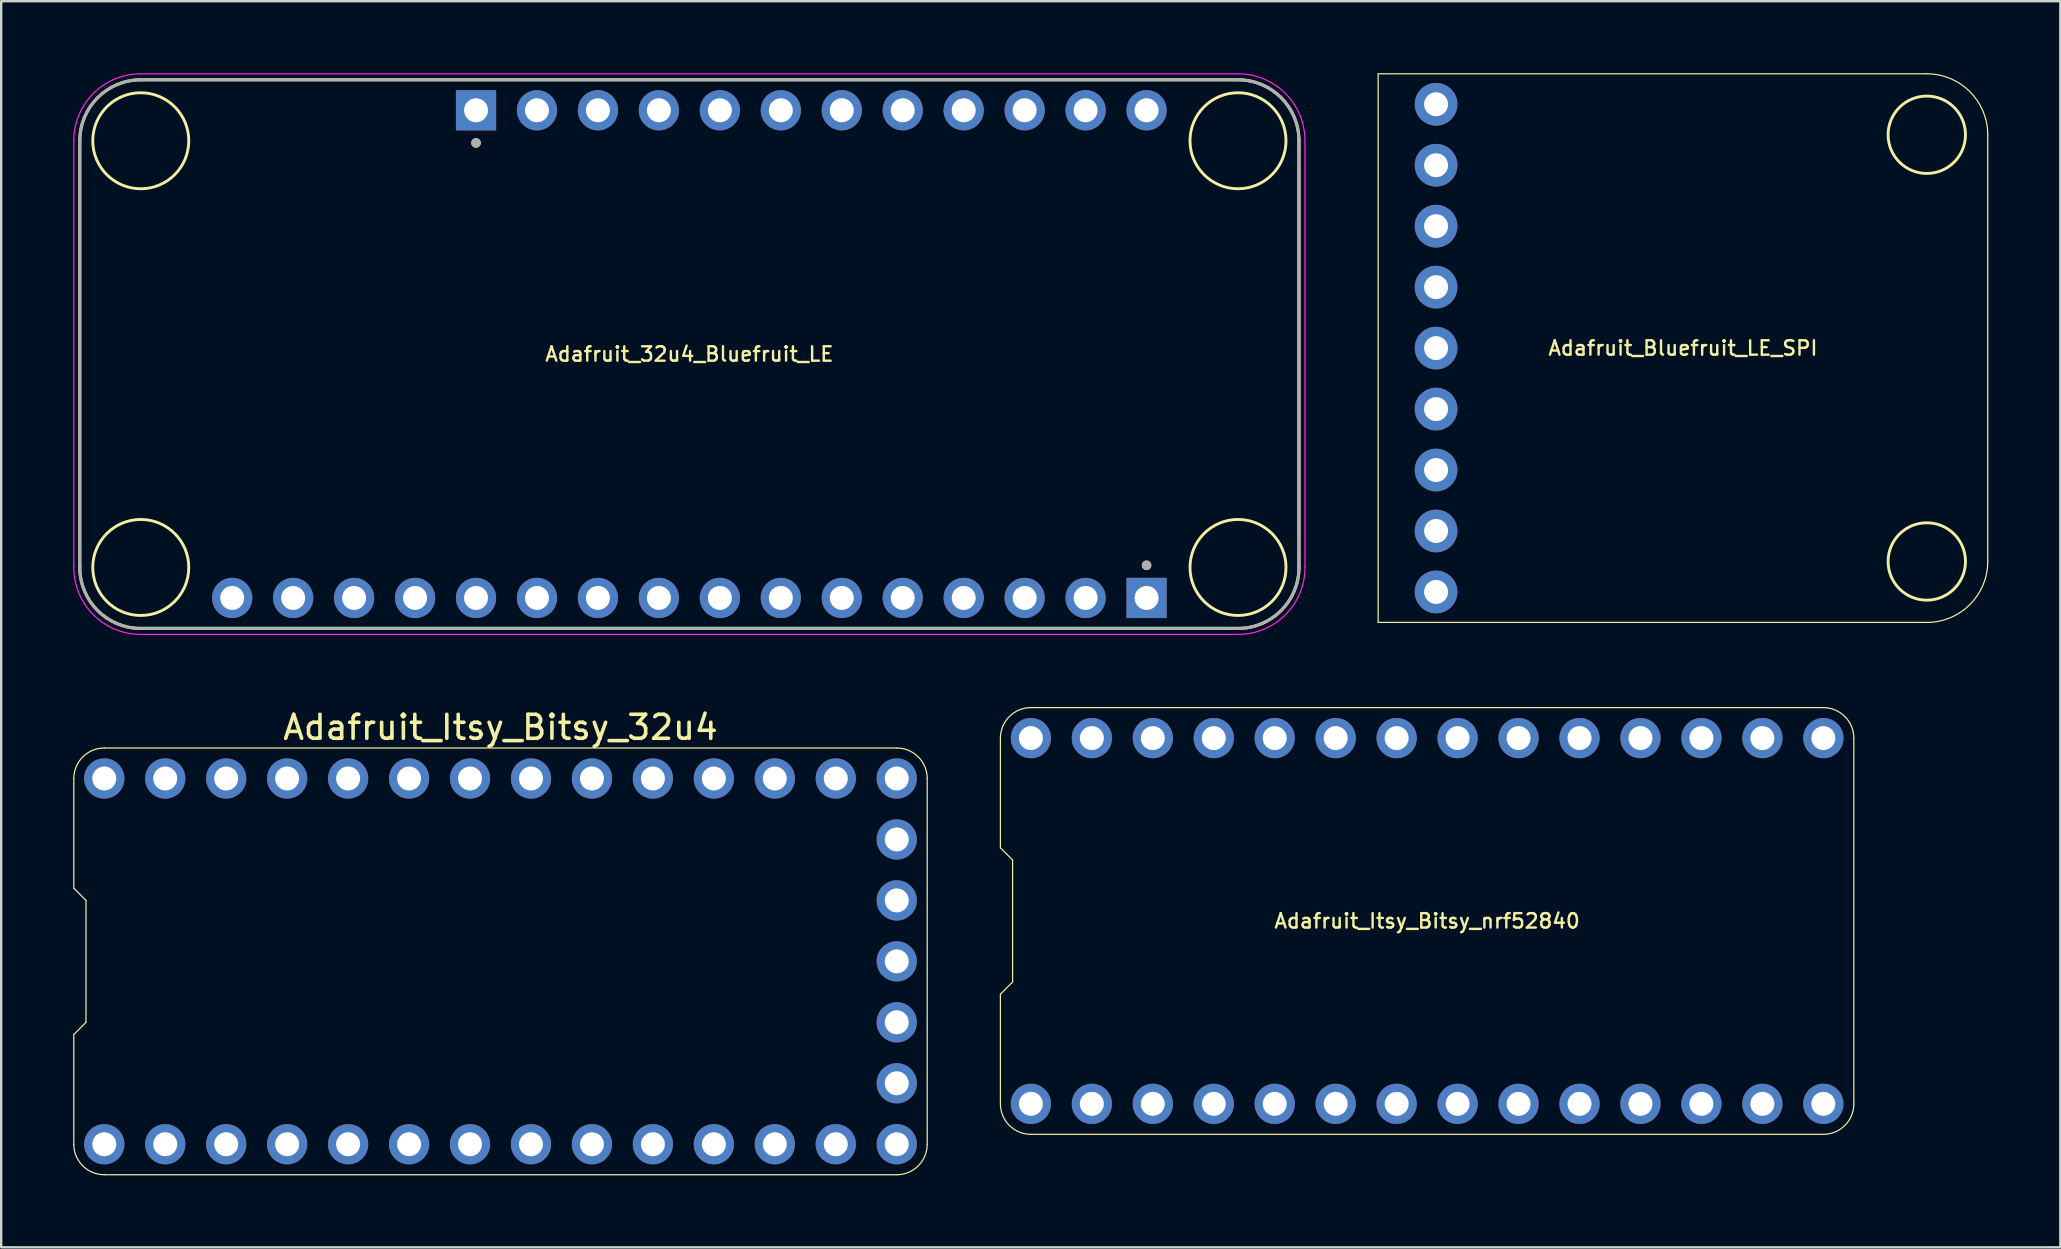
<source format=kicad_pcb>
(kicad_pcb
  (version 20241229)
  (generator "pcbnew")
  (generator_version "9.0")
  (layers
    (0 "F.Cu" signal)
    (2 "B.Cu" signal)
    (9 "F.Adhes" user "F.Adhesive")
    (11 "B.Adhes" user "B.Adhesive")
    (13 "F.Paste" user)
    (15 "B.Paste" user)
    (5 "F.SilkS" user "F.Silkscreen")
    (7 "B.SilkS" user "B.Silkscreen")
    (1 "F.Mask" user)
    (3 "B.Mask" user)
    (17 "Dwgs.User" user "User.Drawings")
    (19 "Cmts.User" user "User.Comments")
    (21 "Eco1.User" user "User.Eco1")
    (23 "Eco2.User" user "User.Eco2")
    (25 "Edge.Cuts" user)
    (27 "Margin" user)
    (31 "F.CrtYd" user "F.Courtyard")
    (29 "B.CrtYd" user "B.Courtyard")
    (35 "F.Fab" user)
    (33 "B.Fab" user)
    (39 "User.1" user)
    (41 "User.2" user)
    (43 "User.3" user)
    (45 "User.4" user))
  (footprint "Adafruit_32u4_Bluefruit_LE"
    (layer "F.Cu")
    (at 25.675 11.705)
    (property "Reference" "Adafruit_32u4_Bluefruit_LE" (at 0 0 0) (layer "F.SilkS") (effects (font (size 0.6 0.6) (thickness 0.1))))
    (attr through_hole)
    (fp_line (start -25.4 8.89) (end -25.4 -8.89) (stroke (width 0.127) (type solid)) (layer "F.SilkS"))
    (fp_line (start -22.86 -11.43) (end 22.86 -11.43) (stroke (width 0.127) (type solid)) (layer "F.SilkS"))
    (fp_line (start 22.86 11.43) (end -22.86 11.43) (stroke (width 0.127) (type solid)) (layer "F.SilkS"))
    (fp_line (start 25.4 -8.89) (end 25.4 8.89) (stroke (width 0.127) (type solid)) (layer "F.SilkS"))
    (fp_arc (start -25.4 -8.89) (mid -24.656051 -10.686051) (end -22.86 -11.43) (stroke (width 0.127) (type solid)) (layer "F.SilkS"))
    (fp_arc (start -22.86 11.43) (mid -24.656051 10.686051) (end -25.4 8.89) (stroke (width 0.127) (type solid)) (layer "F.SilkS"))
    (fp_arc (start 22.86 -11.43) (mid 24.656051 -10.686051) (end 25.4 -8.89) (stroke (width 0.127) (type solid)) (layer "F.SilkS"))
    (fp_arc (start 25.4 8.89) (mid 24.656051 10.686051) (end 22.86 11.43) (stroke (width 0.127) (type solid)) (layer "F.SilkS"))
    (fp_circle (center -22.86 -8.89) (end -20.86 -8.89) (stroke (width 0.12) (type solid)) (fill no) (layer "F.SilkS"))
    (fp_circle (center -22.86 8.89) (end -20.86 8.89) (stroke (width 0.12) (type solid)) (fill no) (layer "F.SilkS"))
    (fp_circle (center -8.89 -8.8) (end -8.79 -8.8) (stroke (width 0.2) (type solid)) (fill no) (layer "F.SilkS"))
    (fp_circle (center 19.05 8.8) (end 19.15 8.8) (stroke (width 0.2) (type solid)) (fill no) (layer "F.SilkS"))
    (fp_circle (center 22.86 -8.89) (end 24.86 -8.89) (stroke (width 0.12) (type solid)) (fill no) (layer "F.SilkS"))
    (fp_circle (center 22.86 8.89) (end 24.86 8.89) (stroke (width 0.12) (type solid)) (fill no) (layer "F.SilkS"))
    (fp_line (start -25.65 -8.89) (end -25.65 8.89) (stroke (width 0.05) (type solid)) (layer "F.CrtYd"))
    (fp_line (start -22.86 11.68) (end 22.86 11.68) (stroke (width 0.05) (type solid)) (layer "F.CrtYd"))
    (fp_line (start 22.86 -11.68) (end -22.86 -11.68) (stroke (width 0.05) (type solid)) (layer "F.CrtYd"))
    (fp_line (start 25.65 8.89) (end 25.65 -8.89) (stroke (width 0.05) (type solid)) (layer "F.CrtYd"))
    (fp_arc (start -25.65 -8.89) (mid -24.832828 -10.862828) (end -22.86 -11.68) (stroke (width 0.05) (type solid)) (layer "F.CrtYd"))
    (fp_arc (start -22.86 11.68) (mid -24.832828 10.862828) (end -25.65 8.89) (stroke (width 0.05) (type solid)) (layer "F.CrtYd"))
    (fp_arc (start 22.86 -11.68) (mid 24.832828 -10.862828) (end 25.65 -8.89) (stroke (width 0.05) (type solid)) (layer "F.CrtYd"))
    (fp_arc (start 25.65 8.89) (mid 24.832828 10.862828) (end 22.86 11.68) (stroke (width 0.05) (type solid)) (layer "F.CrtYd"))
    (fp_line (start -25.4 8.89) (end -25.4 -8.89) (stroke (width 0.127) (type solid)) (layer "F.Fab"))
    (fp_line (start -22.86 -11.43) (end 22.86 -11.43) (stroke (width 0.127) (type solid)) (layer "F.Fab"))
    (fp_line (start 22.86 11.43) (end -22.86 11.43) (stroke (width 0.127) (type solid)) (layer "F.Fab"))
    (fp_line (start 25.4 -8.89) (end 25.4 8.89) (stroke (width 0.127) (type solid)) (layer "F.Fab"))
    (fp_arc (start -25.4 -8.89) (mid -24.656051 -10.686051) (end -22.86 -11.43) (stroke (width 0.127) (type solid)) (layer "F.Fab"))
    (fp_arc (start -22.86 11.43) (mid -24.656051 10.686051) (end -25.4 8.89) (stroke (width 0.127) (type solid)) (layer "F.Fab"))
    (fp_arc (start 22.86 -11.43) (mid 24.656051 -10.686051) (end 25.4 -8.89) (stroke (width 0.127) (type solid)) (layer "F.Fab"))
    (fp_arc (start 25.4 8.89) (mid 24.656051 10.686051) (end 22.86 11.43) (stroke (width 0.127) (type solid)) (layer "F.Fab"))
    (fp_circle (center -8.89 -8.8) (end -8.79 -8.8) (stroke (width 0.2) (type solid)) (fill no) (layer "F.Fab"))
    (fp_circle (center 19.05 8.8) (end 19.15 8.8) (stroke (width 0.2) (type solid)) (fill no) (layer "F.Fab"))
    (pad "1" thru_hole circle (at -19.05 10.16) (size 1.676 1.676) (drill 1) (layers "*.Cu" "*.Mask"))
    (pad "2" thru_hole circle (at -16.51 10.16) (size 1.676 1.676) (drill 1) (layers "*.Cu" "*.Mask"))
    (pad "3" thru_hole circle (at -13.97 10.16) (size 1.676 1.676) (drill 1) (layers "*.Cu" "*.Mask"))
    (pad "4" thru_hole circle (at -11.43 10.16) (size 1.676 1.676) (drill 1) (layers "*.Cu" "*.Mask"))
    (pad "5" thru_hole circle (at -8.89 10.16) (size 1.676 1.676) (drill 1) (layers "*.Cu" "*.Mask"))
    (pad "6" thru_hole circle (at -6.35 10.16) (size 1.676 1.676) (drill 1) (layers "*.Cu" "*.Mask"))
    (pad "7" thru_hole circle (at -3.81 10.16) (size 1.676 1.676) (drill 1) (layers "*.Cu" "*.Mask"))
    (pad "8" thru_hole circle (at -1.27 10.16) (size 1.676 1.676) (drill 1) (layers "*.Cu" "*.Mask"))
    (pad "9" thru_hole circle (at 1.27 10.16) (size 1.676 1.676) (drill 1) (layers "*.Cu" "*.Mask"))
    (pad "10" thru_hole circle (at 3.81 10.16) (size 1.676 1.676) (drill 1) (layers "*.Cu" "*.Mask"))
    (pad "11" thru_hole circle (at 6.35 10.16) (size 1.676 1.676) (drill 1) (layers "*.Cu" "*.Mask"))
    (pad "12" thru_hole circle (at 8.89 10.16) (size 1.676 1.676) (drill 1) (layers "*.Cu" "*.Mask"))
    (pad "13" thru_hole circle (at 11.43 10.16) (size 1.676 1.676) (drill 1) (layers "*.Cu" "*.Mask"))
    (pad "14" thru_hole circle (at 13.97 10.16) (size 1.676 1.676) (drill 1) (layers "*.Cu" "*.Mask"))
    (pad "15" thru_hole circle (at 16.51 10.16) (size 1.676 1.676) (drill 1) (layers "*.Cu" "*.Mask"))
    (pad "16" thru_hole rect (at 19.05 10.16) (size 1.676 1.676) (drill 1) (layers "*.Cu" "*.Mask"))
    (pad "17" thru_hole circle (at 19.05 -10.16) (size 1.676 1.676) (drill 1) (layers "*.Cu" "*.Mask"))
    (pad "18" thru_hole circle (at 16.51 -10.16) (size 1.676 1.676) (drill 1) (layers "*.Cu" "*.Mask"))
    (pad "19" thru_hole circle (at 13.97 -10.16) (size 1.676 1.676) (drill 1) (layers "*.Cu" "*.Mask"))
    (pad "20" thru_hole circle (at 11.43 -10.16) (size 1.676 1.676) (drill 1) (layers "*.Cu" "*.Mask"))
    (pad "21" thru_hole circle (at 8.89 -10.16) (size 1.676 1.676) (drill 1) (layers "*.Cu" "*.Mask"))
    (pad "22" thru_hole circle (at 6.35 -10.16) (size 1.676 1.676) (drill 1) (layers "*.Cu" "*.Mask"))
    (pad "23" thru_hole circle (at 3.81 -10.16) (size 1.676 1.676) (drill 1) (layers "*.Cu" "*.Mask"))
    (pad "24" thru_hole circle (at 1.27 -10.16) (size 1.676 1.676) (drill 1) (layers "*.Cu" "*.Mask"))
    (pad "25" thru_hole circle (at -1.27 -10.16) (size 1.676 1.676) (drill 1) (layers "*.Cu" "*.Mask"))
    (pad "26" thru_hole circle (at -3.81 -10.16) (size 1.676 1.676) (drill 1) (layers "*.Cu" "*.Mask"))
    (pad "27" thru_hole circle (at -6.35 -10.16) (size 1.676 1.676) (drill 1) (layers "*.Cu" "*.Mask"))
    (pad "28" thru_hole rect (at -8.89 -10.16) (size 1.676 1.676) (drill 1) (layers "*.Cu" "*.Mask")))
  (footprint "Adafruit_Itsy_Bitsy_32u4"
    (layer "F.Cu")
    (at 17.805 37.008)
    (property "Reference" "Adafruit_Itsy_Bitsy_32u4" (at 0 -9.75 0) (layer "F.SilkS") (effects (font (size 1 1) (thickness 0.15))))
    (attr through_hole)
    (fp_line (start -17.78 -7.62) (end -17.78 -3.048) (stroke (width 0.05) (type solid)) (layer "F.SilkS"))
    (fp_line (start -17.78 -3.048) (end -17.272 -2.54) (stroke (width 0.05) (type solid)) (layer "F.SilkS"))
    (fp_line (start -17.78 3.048) (end -17.78 7.62) (stroke (width 0.05) (type solid)) (layer "F.SilkS"))
    (fp_line (start -17.78 3.048) (end -17.272 2.54) (stroke (width 0.05) (type solid)) (layer "F.SilkS"))
    (fp_line (start -17.272 -2.54) (end -17.272 2.54) (stroke (width 0.05) (type solid)) (layer "F.SilkS"))
    (fp_line (start -16.51 -8.89) (end 16.51 -8.89) (stroke (width 0.05) (type solid)) (layer "F.SilkS"))
    (fp_line (start -16.51 8.89) (end 16.51 8.89) (stroke (width 0.05) (type solid)) (layer "F.SilkS"))
    (fp_line (start 17.78 -7.62) (end 17.78 7.62) (stroke (width 0.05) (type solid)) (layer "F.SilkS"))
    (fp_arc (start -17.78 -7.62) (mid -17.408026 -8.518026) (end -16.51 -8.89) (stroke (width 0.05) (type solid)) (layer "F.SilkS"))
    (fp_arc (start -16.51 8.89) (mid -17.408026 8.518026) (end -17.78 7.62) (stroke (width 0.05) (type solid)) (layer "F.SilkS"))
    (fp_arc (start 16.51 -8.89) (mid 17.408026 -8.518026) (end 17.78 -7.62) (stroke (width 0.05) (type solid)) (layer "F.SilkS"))
    (fp_arc (start 17.78 7.62) (mid 17.408026 8.518026) (end 16.51 8.89) (stroke (width 0.05) (type solid)) (layer "F.SilkS"))
    (pad "1" thru_hole circle (at -16.51 -7.62) (size 1.676 1.676) (drill 1) (layers "*.Cu" "*.Mask"))
    (pad "2" thru_hole circle (at -13.97 -7.62) (size 1.676 1.676) (drill 1) (layers "*.Cu" "*.Mask"))
    (pad "3" thru_hole circle (at -11.43 -7.62) (size 1.676 1.676) (drill 1) (layers "*.Cu" "*.Mask"))
    (pad "4" thru_hole circle (at -8.89 -7.62) (size 1.676 1.676) (drill 1) (layers "*.Cu" "*.Mask"))
    (pad "5" thru_hole circle (at -6.35 -7.62) (size 1.676 1.676) (drill 1) (layers "*.Cu" "*.Mask"))
    (pad "6" thru_hole circle (at -3.81 -7.62) (size 1.676 1.676) (drill 1) (layers "*.Cu" "*.Mask"))
    (pad "7" thru_hole circle (at -1.27 -7.62) (size 1.676 1.676) (drill 1) (layers "*.Cu" "*.Mask"))
    (pad "8" thru_hole circle (at 1.27 -7.62) (size 1.676 1.676) (drill 1) (layers "*.Cu" "*.Mask"))
    (pad "9" thru_hole circle (at 3.81 -7.62) (size 1.676 1.676) (drill 1) (layers "*.Cu" "*.Mask"))
    (pad "10" thru_hole circle (at 6.35 -7.62) (size 1.676 1.676) (drill 1) (layers "*.Cu" "*.Mask"))
    (pad "11" thru_hole circle (at 8.89 -7.62) (size 1.676 1.676) (drill 1) (layers "*.Cu" "*.Mask"))
    (pad "12" thru_hole circle (at 11.43 -7.62) (size 1.676 1.676) (drill 1) (layers "*.Cu" "*.Mask"))
    (pad "13" thru_hole circle (at 13.97 -7.62) (size 1.676 1.676) (drill 1) (layers "*.Cu" "*.Mask"))
    (pad "14" thru_hole circle (at 16.51 -7.62) (size 1.676 1.676) (drill 1) (layers "*.Cu" "*.Mask"))
    (pad "15" thru_hole circle (at 16.51 -5.08) (size 1.676 1.676) (drill 1) (layers "*.Cu" "*.Mask"))
    (pad "16" thru_hole circle (at 16.51 -2.54) (size 1.676 1.676) (drill 1) (layers "*.Cu" "*.Mask"))
    (pad "17" thru_hole circle (at 16.51 0) (size 1.676 1.676) (drill 1) (layers "*.Cu" "*.Mask"))
    (pad "18" thru_hole circle (at 16.51 2.54) (size 1.676 1.676) (drill 1) (layers "*.Cu" "*.Mask"))
    (pad "19" thru_hole circle (at 16.51 5.08) (size 1.676 1.676) (drill 1) (layers "*.Cu" "*.Mask"))
    (pad "20" thru_hole circle (at 16.51 7.62) (size 1.676 1.676) (drill 1) (layers "*.Cu" "*.Mask"))
    (pad "21" thru_hole circle (at 13.97 7.62) (size 1.676 1.676) (drill 1) (layers "*.Cu" "*.Mask"))
    (pad "22" thru_hole circle (at 11.43 7.62) (size 1.676 1.676) (drill 1) (layers "*.Cu" "*.Mask"))
    (pad "23" thru_hole circle (at 8.89 7.62) (size 1.676 1.676) (drill 1) (layers "*.Cu" "*.Mask"))
    (pad "24" thru_hole circle (at 6.35 7.62) (size 1.676 1.676) (drill 1) (layers "*.Cu" "*.Mask"))
    (pad "25" thru_hole circle (at 3.81 7.62) (size 1.676 1.676) (drill 1) (layers "*.Cu" "*.Mask"))
    (pad "26" thru_hole circle (at 1.27 7.62) (size 1.676 1.676) (drill 1) (layers "*.Cu" "*.Mask"))
    (pad "27" thru_hole circle (at -1.27 7.62) (size 1.676 1.676) (drill 1) (layers "*.Cu" "*.Mask"))
    (pad "28" thru_hole circle (at -3.81 7.62) (size 1.676 1.676) (drill 1) (layers "*.Cu" "*.Mask"))
    (pad "29" thru_hole circle (at -6.35 7.62) (size 1.676 1.676) (drill 1) (layers "*.Cu" "*.Mask"))
    (pad "30" thru_hole circle (at -8.89 7.62) (size 1.676 1.676) (drill 1) (layers "*.Cu" "*.Mask"))
    (pad "31" thru_hole circle (at -11.43 7.62) (size 1.676 1.676) (drill 1) (layers "*.Cu" "*.Mask"))
    (pad "32" thru_hole circle (at -13.97 7.62) (size 1.676 1.676) (drill 1) (layers "*.Cu" "*.Mask"))
    (pad "33" thru_hole circle (at -16.51 7.62) (size 1.676 1.676) (drill 1) (layers "*.Cu" "*.Mask")))
  (footprint "Adafruit_Itsy_Bitsy_nrf52840"
    (layer "F.Cu")
    (at 56.415 35.325)
    (property "Reference" "Adafruit_Itsy_Bitsy_nrf52840" (at 0 0 0) (layer "F.SilkS") (effects (font (size 0.6 0.6) (thickness 0.1))))
    (attr through_hole)
    (fp_line (start -17.78 -7.62) (end -17.78 -3.048) (stroke (width 0.05) (type solid)) (layer "F.SilkS"))
    (fp_line (start -17.78 -3.048) (end -17.272 -2.54) (stroke (width 0.05) (type solid)) (layer "F.SilkS"))
    (fp_line (start -17.78 3.048) (end -17.78 7.62) (stroke (width 0.05) (type solid)) (layer "F.SilkS"))
    (fp_line (start -17.78 3.048) (end -17.272 2.54) (stroke (width 0.05) (type solid)) (layer "F.SilkS"))
    (fp_line (start -17.272 -2.54) (end -17.272 2.54) (stroke (width 0.05) (type solid)) (layer "F.SilkS"))
    (fp_line (start -16.51 -8.89) (end 16.51 -8.89) (stroke (width 0.05) (type solid)) (layer "F.SilkS"))
    (fp_line (start -16.51 8.89) (end 16.51 8.89) (stroke (width 0.05) (type solid)) (layer "F.SilkS"))
    (fp_line (start 17.78 -7.62) (end 17.78 7.62) (stroke (width 0.05) (type solid)) (layer "F.SilkS"))
    (fp_arc (start -17.78 -7.62) (mid -17.408026 -8.518026) (end -16.51 -8.89) (stroke (width 0.05) (type solid)) (layer "F.SilkS"))
    (fp_arc (start -16.51 8.89) (mid -17.408026 8.518026) (end -17.78 7.62) (stroke (width 0.05) (type solid)) (layer "F.SilkS"))
    (fp_arc (start 16.51 -8.89) (mid 17.408026 -8.518026) (end 17.78 -7.62) (stroke (width 0.05) (type solid)) (layer "F.SilkS"))
    (fp_arc (start 17.78 7.62) (mid 17.408026 8.518026) (end 16.51 8.89) (stroke (width 0.05) (type solid)) (layer "F.SilkS"))
    (pad "1" thru_hole circle (at -16.51 -7.62) (size 1.676 1.676) (drill 1) (layers "*.Cu" "*.Mask"))
    (pad "2" thru_hole circle (at -13.97 -7.62) (size 1.676 1.676) (drill 1) (layers "*.Cu" "*.Mask"))
    (pad "3" thru_hole circle (at -11.43 -7.62) (size 1.676 1.676) (drill 1) (layers "*.Cu" "*.Mask"))
    (pad "4" thru_hole circle (at -8.89 -7.62) (size 1.676 1.676) (drill 1) (layers "*.Cu" "*.Mask"))
    (pad "5" thru_hole circle (at -6.35 -7.62) (size 1.676 1.676) (drill 1) (layers "*.Cu" "*.Mask"))
    (pad "6" thru_hole circle (at -3.81 -7.62) (size 1.676 1.676) (drill 1) (layers "*.Cu" "*.Mask"))
    (pad "7" thru_hole circle (at -1.27 -7.62) (size 1.676 1.676) (drill 1) (layers "*.Cu" "*.Mask"))
    (pad "8" thru_hole circle (at 1.27 -7.62) (size 1.676 1.676) (drill 1) (layers "*.Cu" "*.Mask"))
    (pad "9" thru_hole circle (at 3.81 -7.62) (size 1.676 1.676) (drill 1) (layers "*.Cu" "*.Mask"))
    (pad "10" thru_hole circle (at 6.35 -7.62) (size 1.676 1.676) (drill 1) (layers "*.Cu" "*.Mask"))
    (pad "11" thru_hole circle (at 8.89 -7.62) (size 1.676 1.676) (drill 1) (layers "*.Cu" "*.Mask"))
    (pad "12" thru_hole circle (at 11.43 -7.62) (size 1.676 1.676) (drill 1) (layers "*.Cu" "*.Mask"))
    (pad "13" thru_hole circle (at 13.97 -7.62) (size 1.676 1.676) (drill 1) (layers "*.Cu" "*.Mask"))
    (pad "14" thru_hole circle (at 16.51 -7.62) (size 1.676 1.676) (drill 1) (layers "*.Cu" "*.Mask"))
    (pad "15" thru_hole circle (at 16.51 7.62) (size 1.676 1.676) (drill 1) (layers "*.Cu" "*.Mask"))
    (pad "16" thru_hole circle (at 13.97 7.62) (size 1.676 1.676) (drill 1) (layers "*.Cu" "*.Mask"))
    (pad "17" thru_hole circle (at 11.43 7.62) (size 1.676 1.676) (drill 1) (layers "*.Cu" "*.Mask"))
    (pad "18" thru_hole circle (at 8.89 7.62) (size 1.676 1.676) (drill 1) (layers "*.Cu" "*.Mask"))
    (pad "19" thru_hole circle (at 6.35 7.62) (size 1.676 1.676) (drill 1) (layers "*.Cu" "*.Mask"))
    (pad "20" thru_hole circle (at 3.81 7.62) (size 1.676 1.676) (drill 1) (layers "*.Cu" "*.Mask"))
    (pad "21" thru_hole circle (at 1.27 7.62) (size 1.676 1.676) (drill 1) (layers "*.Cu" "*.Mask"))
    (pad "22" thru_hole circle (at -1.27 7.62) (size 1.676 1.676) (drill 1) (layers "*.Cu" "*.Mask"))
    (pad "23" thru_hole circle (at -3.81 7.62) (size 1.676 1.676) (drill 1) (layers "*.Cu" "*.Mask"))
    (pad "24" thru_hole circle (at -6.35 7.62) (size 1.676 1.676) (drill 1) (layers "*.Cu" "*.Mask"))
    (pad "25" thru_hole circle (at -8.89 7.62) (size 1.676 1.676) (drill 1) (layers "*.Cu" "*.Mask"))
    (pad "26" thru_hole circle (at -11.43 7.62) (size 1.676 1.676) (drill 1) (layers "*.Cu" "*.Mask"))
    (pad "27" thru_hole circle (at -13.97 7.62) (size 1.676 1.676) (drill 1) (layers "*.Cu" "*.Mask"))
    (pad "28" thru_hole circle (at -16.51 7.62) (size 1.676 1.676) (drill 1) (layers "*.Cu" "*.Mask")))
  (footprint "Adafruit_Bluefruit_LE_SPI"
    (layer "F.Cu")
    (at 67.075 11.455)
    (property "Reference" "Adafruit_Bluefruit_LE_SPI" (at 0 0 0) (layer "F.SilkS") (effects (font (size 0.6 0.6) (thickness 0.1))))
    (attr through_hole)
    (fp_line (start -12.7 -11.43) (end -12.7 11.43) (stroke (width 0.05) (type solid)) (layer "F.SilkS"))
    (fp_line (start 10.16 -11.43) (end -12.7 -11.43) (stroke (width 0.05) (type solid)) (layer "F.SilkS"))
    (fp_line (start 10.16 11.43) (end -12.7 11.43) (stroke (width 0.05) (type solid)) (layer "F.SilkS"))
    (fp_line (start 12.7 8.89) (end 12.7 -8.89) (stroke (width 0.05) (type solid)) (layer "F.SilkS"))
    (fp_arc (start 10.16 -11.43) (mid 11.956051 -10.686051) (end 12.7 -8.89) (stroke (width 0.05) (type solid)) (layer "F.SilkS"))
    (fp_arc (start 12.7 8.89) (mid 11.956051 10.686051) (end 10.16 11.43) (stroke (width 0.05) (type solid)) (layer "F.SilkS"))
    (fp_circle (center 10.16 -8.89) (end 10.16 -7.278) (stroke (width 0.12) (type solid)) (fill no) (layer "F.SilkS"))
    (fp_circle (center 10.16 8.89) (end 10.16 10.502) (stroke (width 0.12) (type solid)) (fill no) (layer "F.SilkS"))
    (pad "1" thru_hole circle (at -10.287 -10.16 270) (size 1.778 1.778) (drill 1) (layers "*.Cu" "*.Mask"))
    (pad "2" thru_hole circle (at -10.287 -7.62 270) (size 1.778 1.778) (drill 1) (layers "*.Cu" "*.Mask"))
    (pad "3" thru_hole circle (at -10.287 -5.08 270) (size 1.778 1.778) (drill 1) (layers "*.Cu" "*.Mask"))
    (pad "4" thru_hole circle (at -10.287 -2.54 270) (size 1.778 1.778) (drill 1) (layers "*.Cu" "*.Mask"))
    (pad "5" thru_hole circle (at -10.287 0 270) (size 1.778 1.778) (drill 1) (layers "*.Cu" "*.Mask"))
    (pad "6" thru_hole circle (at -10.287 2.54 270) (size 1.778 1.778) (drill 1) (layers "*.Cu" "*.Mask"))
    (pad "7" thru_hole circle (at -10.287 5.08 270) (size 1.778 1.778) (drill 1) (layers "*.Cu" "*.Mask"))
    (pad "8" thru_hole circle (at -10.287 7.62 270) (size 1.778 1.778) (drill 1) (layers "*.Cu" "*.Mask"))
    (pad "9" thru_hole circle (at -10.287 10.16 270) (size 1.778 1.778) (drill 1) (layers "*.Cu" "*.Mask")))
  (gr_rect
    (start -3 -3)
    (end 82.8 48.923)
    (stroke (width 0.1) (type default))
    (fill no)
    (layer "Edge.Cuts")))
</source>
